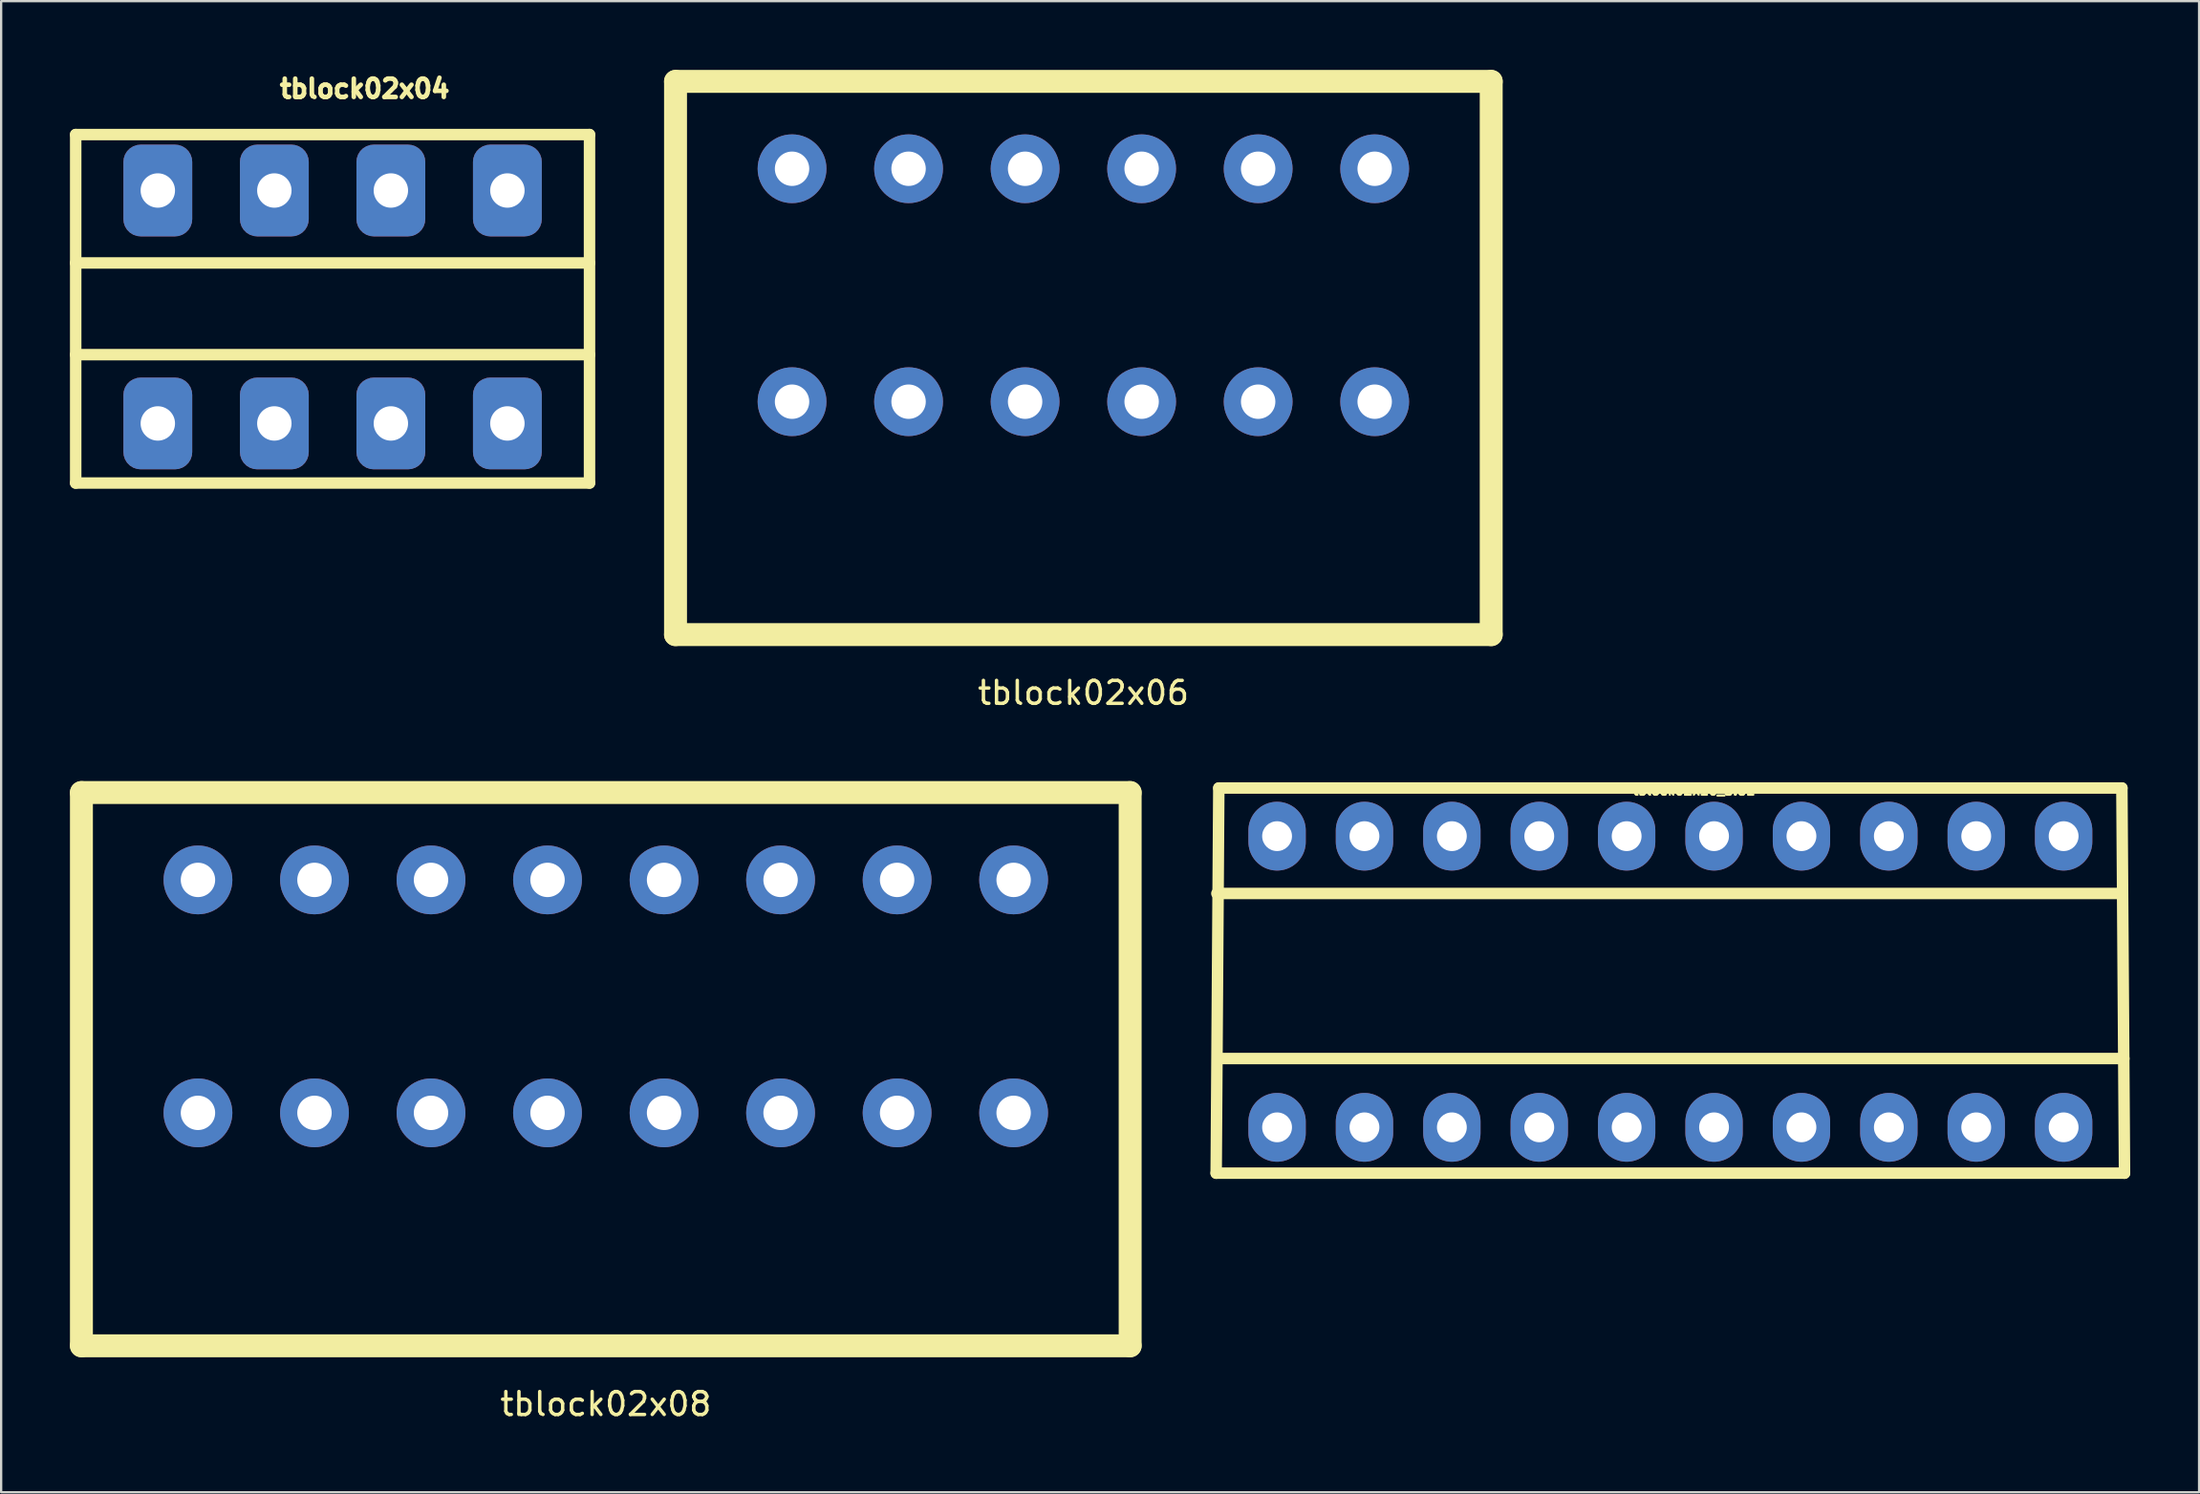
<source format=kicad_pcb>
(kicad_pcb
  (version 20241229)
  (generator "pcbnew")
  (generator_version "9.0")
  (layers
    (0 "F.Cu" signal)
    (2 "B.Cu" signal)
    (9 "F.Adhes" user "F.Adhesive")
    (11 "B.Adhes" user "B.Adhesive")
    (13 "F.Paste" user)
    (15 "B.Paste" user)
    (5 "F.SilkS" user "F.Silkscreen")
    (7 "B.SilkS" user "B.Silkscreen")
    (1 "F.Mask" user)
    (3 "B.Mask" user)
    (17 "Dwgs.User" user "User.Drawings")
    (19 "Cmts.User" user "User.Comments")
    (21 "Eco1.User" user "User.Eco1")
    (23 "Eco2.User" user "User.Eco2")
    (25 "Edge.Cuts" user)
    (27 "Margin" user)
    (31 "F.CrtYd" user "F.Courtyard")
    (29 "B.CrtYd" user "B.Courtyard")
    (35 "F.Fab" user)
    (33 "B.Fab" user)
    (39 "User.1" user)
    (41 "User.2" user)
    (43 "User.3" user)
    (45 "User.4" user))
  (footprint "tblock02x10_3.81"
    (layer "F.Cu")
    (at 69.77 46.12)
    (property "Reference" "tblock02x10_3.81" (at 1.034 -14.692 180) (layer "F.SilkS") (effects (font (size 0.4 0.4) (thickness 0.1))))
    (attr through_hole)
    (fp_line (start -19.8 2) (end -19.685 -14.8) (stroke (width 0.5) (type solid)) (layer "F.SilkS"))
    (fp_line (start -19.8 2) (end 19.8 2) (stroke (width 0.5) (type solid)) (layer "F.SilkS"))
    (fp_line (start -19.77 -10.2) (end 19.6 -10.2) (stroke (width 0.5) (type solid)) (layer "F.SilkS"))
    (fp_line (start -19.685 -14.8) (end 19.685 -14.8) (stroke (width 0.5) (type solid)) (layer "F.SilkS"))
    (fp_line (start -19.6 -3) (end 19.77 -3) (stroke (width 0.5) (type solid)) (layer "F.SilkS"))
    (fp_line (start 19.685 -14.8) (end 19.8 2) (stroke (width 0.5) (type solid)) (layer "F.SilkS"))
    (pad "1a" thru_hole oval (at -17.145 0) (size 2.5 3) (drill 1.3) (layers "*.Cu" "*.Mask"))
    (pad "1b" thru_hole oval (at -17.145 -12.7) (size 2.5 3) (drill 1.3) (layers "*.Cu" "*.Mask"))
    (pad "2a" thru_hole oval (at -13.335 0) (size 2.5 3) (drill 1.3) (layers "*.Cu" "*.Mask"))
    (pad "2b" thru_hole oval (at -13.335 -12.7) (size 2.5 3) (drill 1.3) (layers "*.Cu" "*.Mask"))
    (pad "3a" thru_hole oval (at -9.525 0) (size 2.5 3) (drill 1.3) (layers "*.Cu" "*.Mask"))
    (pad "3b" thru_hole oval (at -9.525 -12.7) (size 2.5 3) (drill 1.3) (layers "*.Cu" "*.Mask"))
    (pad "4a" thru_hole oval (at -5.715 0) (size 2.5 3) (drill 1.3) (layers "*.Cu" "*.Mask"))
    (pad "4b" thru_hole oval (at -5.715 -12.7) (size 2.5 3) (drill 1.3) (layers "*.Cu" "*.Mask"))
    (pad "5a" thru_hole oval (at -1.905 0) (size 2.5 3) (drill 1.3) (layers "*.Cu" "*.Mask"))
    (pad "5b" thru_hole oval (at -1.905 -12.7) (size 2.5 3) (drill 1.3) (layers "*.Cu" "*.Mask"))
    (pad "6a" thru_hole oval (at 1.905 0) (size 2.5 3) (drill 1.3) (layers "*.Cu" "*.Mask"))
    (pad "6b" thru_hole oval (at 1.905 -12.7) (size 2.5 3) (drill 1.3) (layers "*.Cu" "*.Mask"))
    (pad "7a" thru_hole oval (at 5.715 0) (size 2.5 3) (drill 1.3) (layers "*.Cu" "*.Mask"))
    (pad "7b" thru_hole oval (at 5.715 -12.7) (size 2.5 3) (drill 1.3) (layers "*.Cu" "*.Mask"))
    (pad "8a" thru_hole oval (at 9.525 0) (size 2.5 3) (drill 1.3) (layers "*.Cu" "*.Mask"))
    (pad "8b" thru_hole oval (at 9.525 -12.7) (size 2.5 3) (drill 1.3) (layers "*.Cu" "*.Mask"))
    (pad "9a" thru_hole oval (at 13.335 0) (size 2.5 3) (drill 1.3) (layers "*.Cu" "*.Mask"))
    (pad "9b" thru_hole oval (at 13.335 -12.7) (size 2.5 3) (drill 1.3) (layers "*.Cu" "*.Mask"))
    (pad "10a" thru_hole oval (at 17.145 0) (size 2.5 3) (drill 1.3) (layers "*.Cu" "*.Mask"))
    (pad "10b" thru_hole oval (at 17.145 -12.7) (size 2.5 3) (drill 1.3) (layers "*.Cu" "*.Mask")))
  (footprint "tblock02x08"
    (layer "F.Cu")
    (at 23.36 45.488)
    (property "Reference" "tblock02x08" (at 0 12.7 0) (layer "F.SilkS") (effects (font (size 1 1) (thickness 0.15))))
    (attr through_hole)
    (fp_line (start -22.86 -13.97) (end -22.86 10.16) (stroke (width 1) (type solid)) (layer "F.SilkS"))
    (fp_line (start -22.86 10.16) (end 22.86 10.16) (stroke (width 1) (type solid)) (layer "F.SilkS"))
    (fp_line (start 22.86 -13.97) (end -22.86 -13.97) (stroke (width 1) (type solid)) (layer "F.SilkS"))
    (fp_line (start 22.86 10.16) (end 22.86 -13.97) (stroke (width 1) (type solid)) (layer "F.SilkS"))
    (pad "1a" thru_hole circle (at -17.78 0) (size 3 3) (drill 1.5) (layers "*.Cu" "*.Mask"))
    (pad "1b" thru_hole circle (at -17.78 -10.16) (size 3 3) (drill 1.5) (layers "*.Cu" "*.Mask"))
    (pad "2a" thru_hole circle (at -12.7 0) (size 3 3) (drill 1.5) (layers "*.Cu" "*.Mask"))
    (pad "2b" thru_hole circle (at -12.7 -10.16) (size 3 3) (drill 1.5) (layers "*.Cu" "*.Mask"))
    (pad "3a" thru_hole circle (at -7.62 0) (size 3 3) (drill 1.5) (layers "*.Cu" "*.Mask"))
    (pad "3b" thru_hole circle (at -7.62 -10.16) (size 3 3) (drill 1.5) (layers "*.Cu" "*.Mask"))
    (pad "4a" thru_hole circle (at -2.54 0) (size 3 3) (drill 1.5) (layers "*.Cu" "*.Mask"))
    (pad "4b" thru_hole circle (at -2.54 -10.16) (size 3 3) (drill 1.5) (layers "*.Cu" "*.Mask"))
    (pad "5a" thru_hole circle (at 2.54 0) (size 3 3) (drill 1.5) (layers "*.Cu" "*.Mask"))
    (pad "5b" thru_hole circle (at 2.54 -10.16) (size 3 3) (drill 1.5) (layers "*.Cu" "*.Mask"))
    (pad "6a" thru_hole circle (at 7.62 0) (size 3 3) (drill 1.5) (layers "*.Cu" "*.Mask"))
    (pad "6b" thru_hole circle (at 7.62 -10.16 90) (size 3 3) (drill 1.5) (layers "*.Cu" "*.Mask"))
    (pad "7a" thru_hole circle (at 12.7 0) (size 3 3) (drill 1.5) (layers "*.Cu" "*.Mask"))
    (pad "7b" thru_hole circle (at 12.7 -10.16) (size 3 3) (drill 1.5) (layers "*.Cu" "*.Mask"))
    (pad "8a" thru_hole circle (at 17.78 0) (size 3 3) (drill 1.5) (layers "*.Cu" "*.Mask"))
    (pad "8b" thru_hole circle (at 17.78 -10.16 180) (size 3 3) (drill 1.5) (layers "*.Cu" "*.Mask")))
  (footprint "tblock02x04"
    (layer "F.Cu")
    (at 11.45 15.419)
    (property "Reference" "tblock02x04" (at 1.4 -14.6 0) (layer "F.SilkS") (effects (font (size 0.8 0.8) (thickness 0.2))))
    (attr through_hole)
    (fp_line (start -11.2 -12.6) (end 11.2 -12.6) (stroke (width 0.5) (type solid)) (layer "F.SilkS"))
    (fp_line (start -11.2 2.6) (end -11.2 -12.6) (stroke (width 0.5) (type solid)) (layer "F.SilkS"))
    (fp_line (start 11.2 -12.6) (end 11.2 2.6) (stroke (width 0.5) (type solid)) (layer "F.SilkS"))
    (fp_line (start 11.2 -7) (end -11.2 -7) (stroke (width 0.5) (type solid)) (layer "F.SilkS"))
    (fp_line (start 11.2 -3) (end -11.2 -3) (stroke (width 0.5) (type solid)) (layer "F.SilkS"))
    (fp_line (start 11.2 2.6) (end -11.2 2.6) (stroke (width 0.5) (type solid)) (layer "F.SilkS"))
    (pad "1a" thru_hole roundrect (at -7.62 0) (size 3 4) (drill 1.5) (layers "*.Cu" "*.Mask") (roundrect_rratio 0.25))
    (pad "1b" thru_hole roundrect (at -7.62 -10.16) (size 3 4) (drill 1.5) (layers "B.Cu" "B.Mask") (roundrect_rratio 0.25))
    (pad "2a" thru_hole roundrect (at -2.54 0) (size 3 4) (drill 1.5) (layers "*.Cu" "*.Mask") (roundrect_rratio 0.25))
    (pad "2b" thru_hole roundrect (at -2.54 -10.16) (size 3 4) (drill 1.5) (layers "B.Cu" "B.Mask") (roundrect_rratio 0.25))
    (pad "3a" thru_hole roundrect (at 2.54 0) (size 3 4) (drill 1.5) (layers "*.Cu" "*.Mask") (roundrect_rratio 0.25))
    (pad "3b" thru_hole roundrect (at 2.54 -10.16) (size 3 4) (drill 1.5) (layers "B.Cu" "B.Mask") (roundrect_rratio 0.25))
    (pad "4a" thru_hole roundrect (at 7.62 0) (size 3 4) (drill 1.5) (layers "*.Cu" "*.Mask") (roundrect_rratio 0.25))
    (pad "4b" thru_hole roundrect (at 7.62 -10.16) (size 3 4) (drill 1.5) (layers "B.Cu" "B.Mask") (roundrect_rratio 0.25)))
  (footprint "tblock02x06"
    (layer "F.Cu")
    (at 44.18 14.47)
    (property "Reference" "tblock02x06" (at 0 12.7 0) (layer "F.SilkS") (effects (font (size 1 1) (thickness 0.15))))
    (attr through_hole)
    (fp_line (start -17.78 -13.97) (end -17.78 10.16) (stroke (width 1) (type solid)) (layer "F.SilkS"))
    (fp_line (start -17.78 10.16) (end 17.78 10.16) (stroke (width 1) (type solid)) (layer "F.SilkS"))
    (fp_line (start 17.78 -13.97) (end -17.78 -13.97) (stroke (width 1) (type solid)) (layer "F.SilkS"))
    (fp_line (start 17.78 10.16) (end 17.78 -13.97) (stroke (width 1) (type solid)) (layer "F.SilkS"))
    (pad "1a" thru_hole circle (at -12.7 0) (size 3 3) (drill 1.5) (layers "*.Cu" "*.Mask"))
    (pad "1b" thru_hole circle (at -12.7 -10.16) (size 3 3) (drill 1.5) (layers "*.Cu" "*.Mask"))
    (pad "2a" thru_hole circle (at -7.62 0) (size 3 3) (drill 1.5) (layers "*.Cu" "*.Mask"))
    (pad "2b" thru_hole circle (at -7.62 -10.16) (size 3 3) (drill 1.5) (layers "*.Cu" "*.Mask"))
    (pad "3a" thru_hole circle (at -2.54 0) (size 3 3) (drill 1.5) (layers "*.Cu" "*.Mask"))
    (pad "3b" thru_hole circle (at -2.54 -10.16) (size 3 3) (drill 1.5) (layers "*.Cu" "*.Mask"))
    (pad "4a" thru_hole circle (at 2.54 0) (size 3 3) (drill 1.5) (layers "*.Cu" "*.Mask"))
    (pad "4b" thru_hole circle (at 2.54 -10.16) (size 3 3) (drill 1.5) (layers "*.Cu" "*.Mask"))
    (pad "5a" thru_hole circle (at 7.62 0) (size 3 3) (drill 1.5) (layers "*.Cu" "*.Mask"))
    (pad "5b" thru_hole circle (at 7.62 -10.16) (size 3 3) (drill 1.5) (layers "*.Cu" "*.Mask"))
    (pad "6a" thru_hole circle (at 12.7 0) (size 3 3) (drill 1.5) (layers "*.Cu" "*.Mask"))
    (pad "6b" thru_hole circle (at 12.7 -10.16 90) (size 3 3) (drill 1.5) (layers "*.Cu" "*.Mask")))
  (gr_rect
    (start -3 -3)
    (end 92.82 62.036)
    (stroke (width 0.1) (type default))
    (fill no)
    (layer "Edge.Cuts")))
</source>
